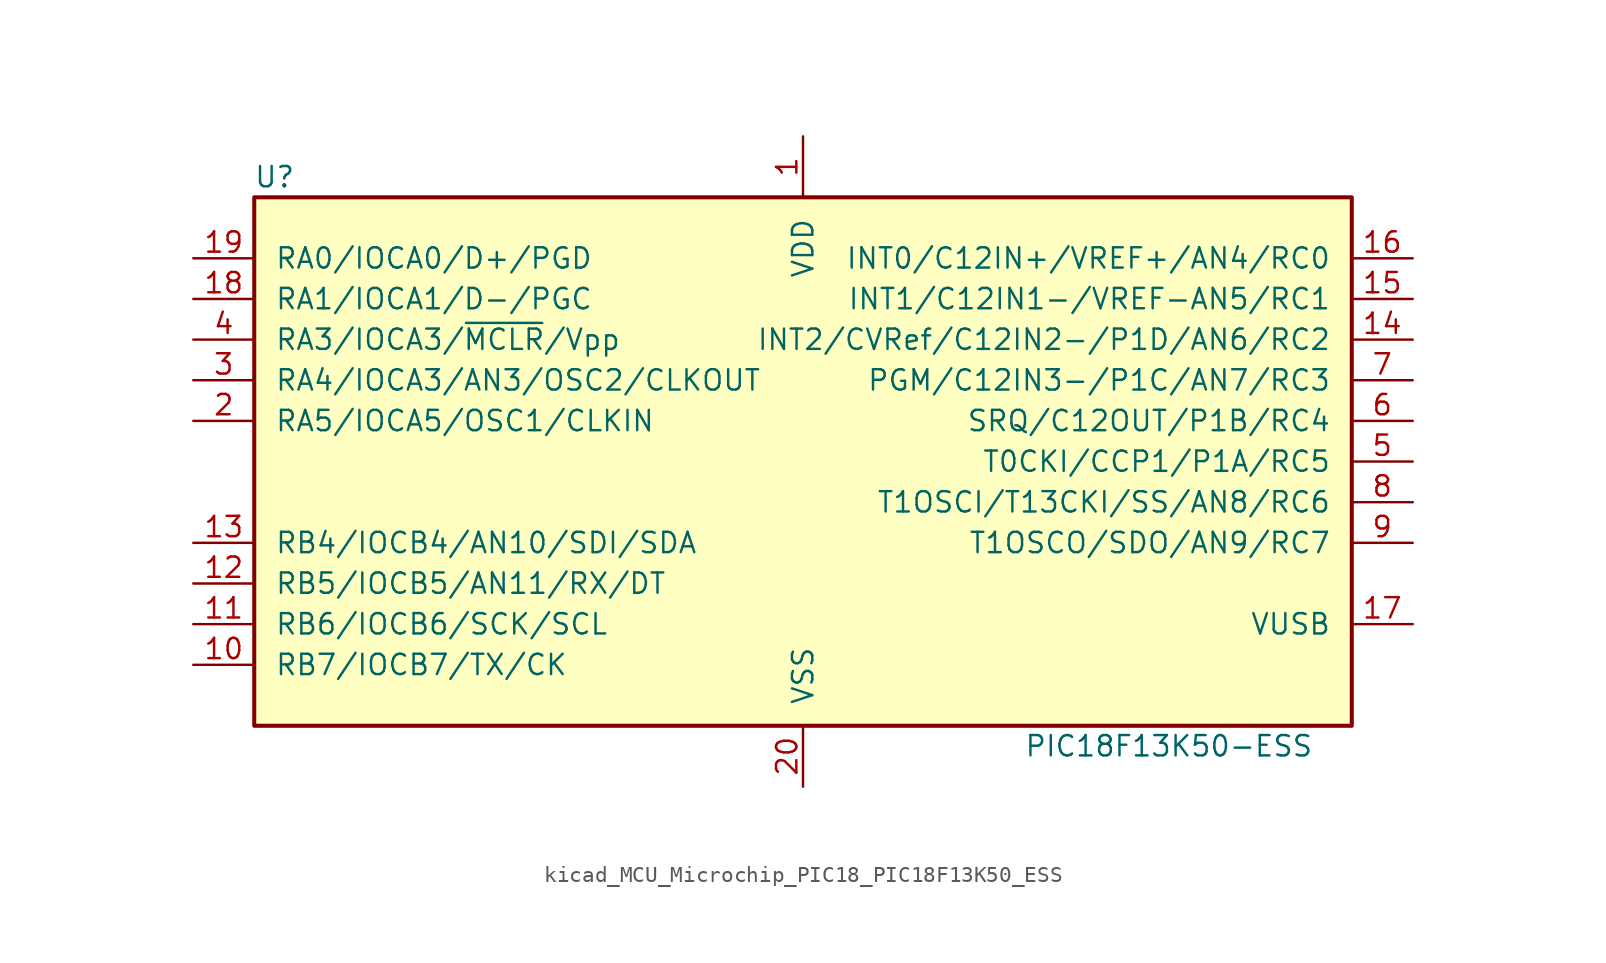
<source format=kicad_sym>
(kicad_symbol_lib
  (version 20220914)
  (generator kicad_symbol_editor)
  (symbol "kicad_MCU_Microchip_PIC18_PIC18F13K50_ESS"
    (pin_names
      (offset 1.27))
    (property "Reference" "U"
      (at -33.02 17.78 0)
      (effects (font (size 1.27 1.27))))
    (property "Value" "PIC18F13K50-ESS"
      (at 22.86 -17.78 0)
      (effects (font (size 1.27 1.27))))
    (symbol "kicad_MCU_Microchip_PIC18_PIC18F13K50_ESS_0_1"
      (rectangle (start -34.29 16.51) (end 34.29 -16.51) (stroke (width 0.254) (type default)) (fill (type background))))
    (symbol "kicad_MCU_Microchip_PIC18_PIC18F13K50_ESS_1_1"
      (pin power_in line (at 0 20.32 270) (length 3.81) (name "VDD" (effects (font (size 1.27 1.27)))) (number "1" (effects (font (size 1.27 1.27)))))
      (pin bidirectional line (at -38.1 -12.7 0) (length 3.81) (name "RB7/IOCB7/TX/CK" (effects (font (size 1.27 1.27)))) (number "10" (effects (font (size 1.27 1.27)))))
      (pin bidirectional line (at -38.1 -10.16 0) (length 3.81) (name "RB6/IOCB6/SCK/SCL" (effects (font (size 1.27 1.27)))) (number "11" (effects (font (size 1.27 1.27)))))
      (pin bidirectional line (at -38.1 -7.62 0) (length 3.81) (name "RB5/IOCB5/AN11/RX/DT" (effects (font (size 1.27 1.27)))) (number "12" (effects (font (size 1.27 1.27)))))
      (pin bidirectional line (at -38.1 -5.08 0) (length 3.81) (name "RB4/IOCB4/AN10/SDI/SDA" (effects (font (size 1.27 1.27)))) (number "13" (effects (font (size 1.27 1.27)))))
      (pin bidirectional line (at 38.1 7.62 180) (length 3.81) (name "INT2/CVRef/C12IN2-/P1D/AN6/RC2" (effects (font (size 1.27 1.27)))) (number "14" (effects (font (size 1.27 1.27)))))
      (pin bidirectional line (at 38.1 10.16 180) (length 3.81) (name "INT1/C12IN1-/VREF-AN5/RC1" (effects (font (size 1.27 1.27)))) (number "15" (effects (font (size 1.27 1.27)))))
      (pin bidirectional line (at 38.1 12.7 180) (length 3.81) (name "INT0/C12IN+/VREF+/AN4/RC0" (effects (font (size 1.27 1.27)))) (number "16" (effects (font (size 1.27 1.27)))))
      (pin passive line (at 38.1 -10.16 180) (length 3.81) (name "VUSB" (effects (font (size 1.27 1.27)))) (number "17" (effects (font (size 1.27 1.27)))))
      (pin bidirectional line (at -38.1 10.16 0) (length 3.81) (name "RA1/IOCA1/D-/PGC" (effects (font (size 1.27 1.27)))) (number "18" (effects (font (size 1.27 1.27)))))
      (pin bidirectional line (at -38.1 12.7 0) (length 3.81) (name "RA0/IOCA0/D+/PGD" (effects (font (size 1.27 1.27)))) (number "19" (effects (font (size 1.27 1.27)))))
      (pin bidirectional line (at -38.1 2.54 0) (length 3.81) (name "RA5/IOCA5/OSC1/CLKIN" (effects (font (size 1.27 1.27)))) (number "2" (effects (font (size 1.27 1.27)))))
      (pin power_in line (at 0 -20.32 90) (length 3.81) (name "VSS" (effects (font (size 1.27 1.27)))) (number "20" (effects (font (size 1.27 1.27)))))
      (pin bidirectional line (at -38.1 5.08 0) (length 3.81) (name "RA4/IOCA3/AN3/OSC2/CLKOUT" (effects (font (size 1.27 1.27)))) (number "3" (effects (font (size 1.27 1.27)))))
      (pin input line (at -38.1 7.62 0) (length 3.81) (name "RA3/IOCA3/~{MCLR}/Vpp" (effects (font (size 1.27 1.27)))) (number "4" (effects (font (size 1.27 1.27)))))
      (pin bidirectional line (at 38.1 0 180) (length 3.81) (name "T0CKI/CCP1/P1A/RC5" (effects (font (size 1.27 1.27)))) (number "5" (effects (font (size 1.27 1.27)))))
      (pin bidirectional line (at 38.1 2.54 180) (length 3.81) (name "SRQ/C12OUT/P1B/RC4" (effects (font (size 1.27 1.27)))) (number "6" (effects (font (size 1.27 1.27)))))
      (pin bidirectional line (at 38.1 5.08 180) (length 3.81) (name "PGM/C12IN3-/P1C/AN7/RC3" (effects (font (size 1.27 1.27)))) (number "7" (effects (font (size 1.27 1.27)))))
      (pin bidirectional line (at 38.1 -2.54 180) (length 3.81) (name "T1OSCI/T13CKI/SS/AN8/RC6" (effects (font (size 1.27 1.27)))) (number "8" (effects (font (size 1.27 1.27)))))
      (pin bidirectional line (at 38.1 -5.08 180) (length 3.81) (name "T1OSCO/SDO/AN9/RC7" (effects (font (size 1.27 1.27)))) (number "9" (effects (font (size 1.27 1.27))))))))
</source>
